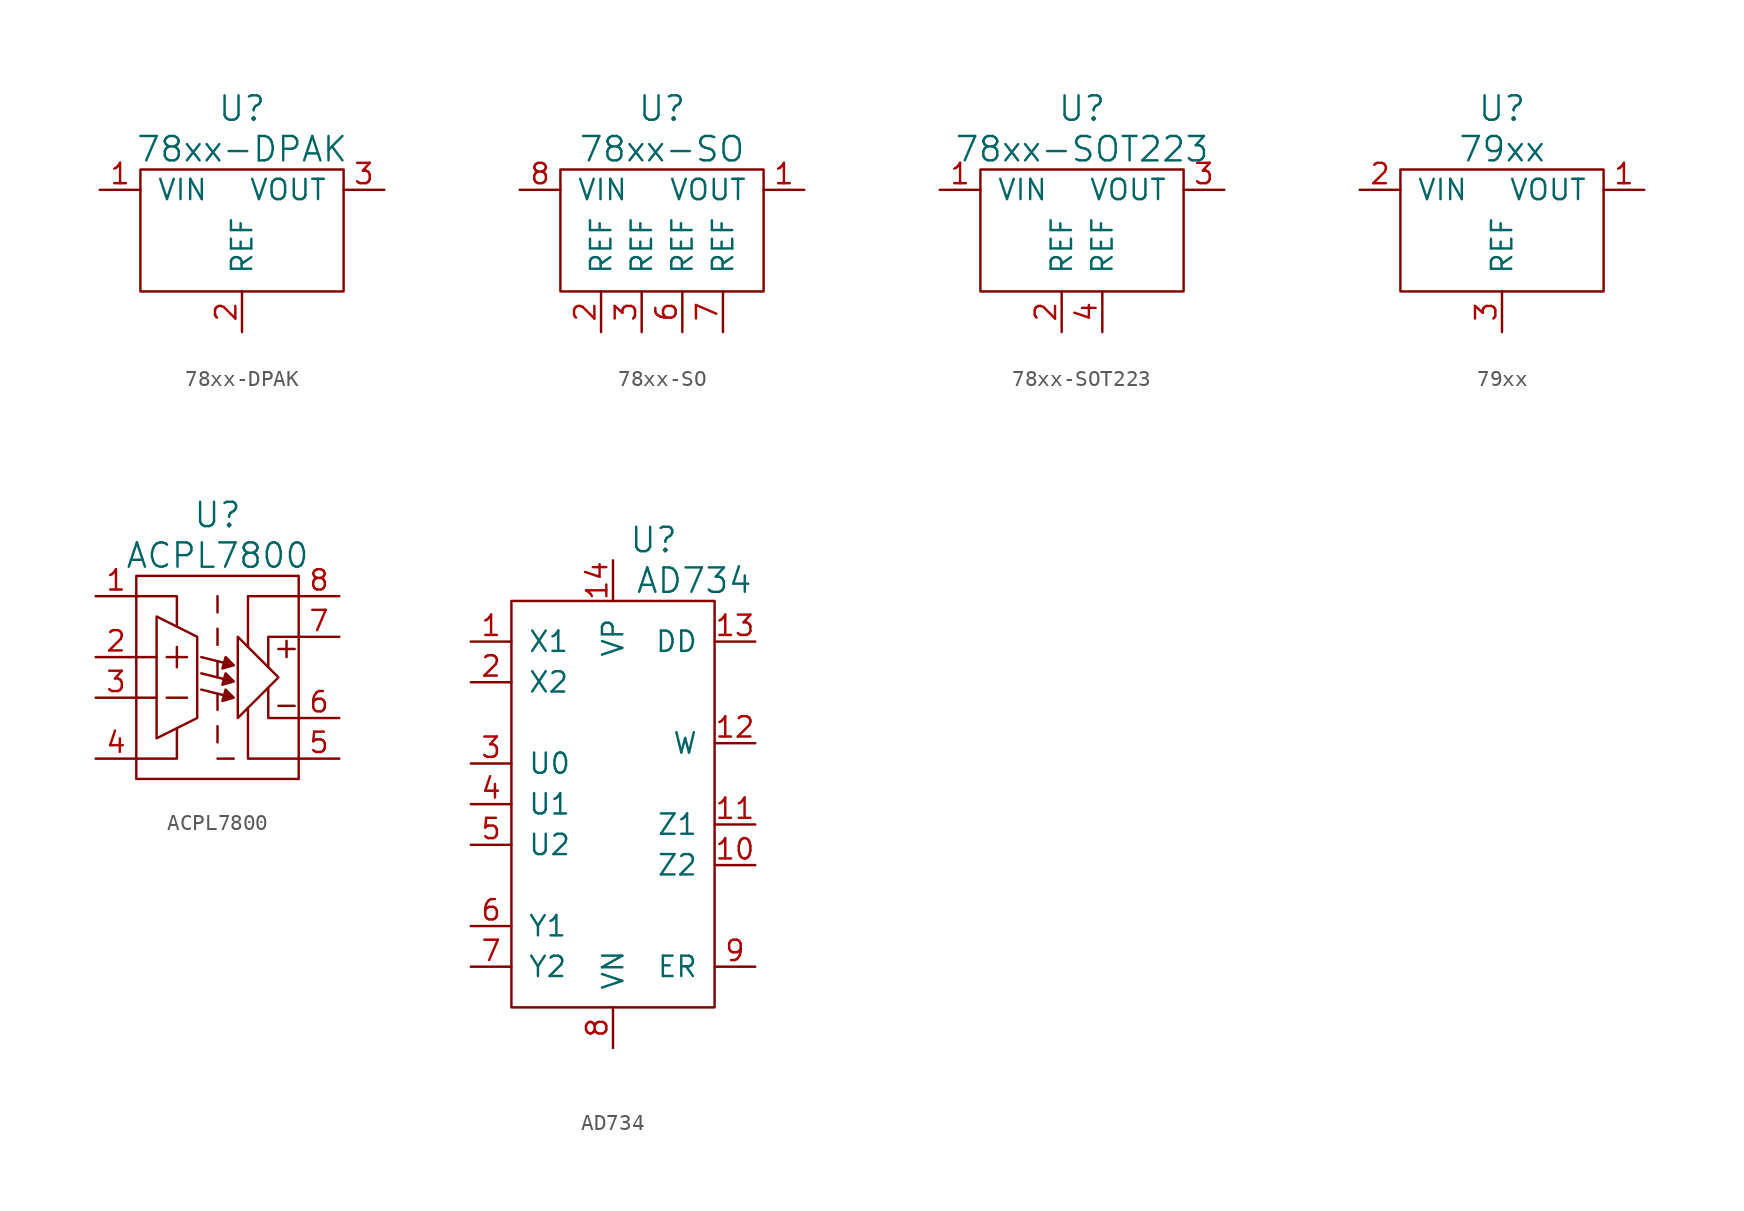
<source format=kicad_sym>
(kicad_symbol_lib
  (version 20220914)
  (generator kicad_symbol_editor)
  (symbol "78xx-DPAK"
    (pin_names
      (offset 1.016))
    (property "Reference" "U"
      (at 0 5.08 0)
      (effects (font (size 1.524 1.524))))
    (property "Value" "78xx-DPAK"
      (at 0 2.54 0)
      (effects (font (size 1.524 1.524))))
    (property "Footprint" ""
      (at 0 0 0)
      (effects (font (size 1.524 1.524))))
    (property "Datasheet" ""
      (at 0 0 0)
      (effects (font (size 1.524 1.524))))
    (symbol "78xx-DPAK_0_1"
      (rectangle (start -6.35 1.27) (end 6.35 -6.35) (stroke (width 0) (type solid)) (fill (type none))))
    (symbol "78xx-DPAK_1_1"
      (pin input line (at -8.89 0 0) (length 2.54) (name "VIN" (effects (font (size 1.27 1.27)))) (number "1" (effects (font (size 1.27 1.27)))))
      (pin input line (at 0 -8.89 90) (length 2.54) (name "REF" (effects (font (size 1.27 1.27)))) (number "2" (effects (font (size 1.27 1.27)))))
      (pin input line (at 8.89 0 180) (length 2.54) (name "VOUT" (effects (font (size 1.27 1.27)))) (number "3" (effects (font (size 1.27 1.27)))))))
  (symbol "78xx-SO"
    (pin_names
      (offset 1.016))
    (property "Reference" "U"
      (at 0 5.08 0)
      (effects (font (size 1.524 1.524))))
    (property "Value" "78xx-SO"
      (at 0 2.54 0)
      (effects (font (size 1.524 1.524))))
    (property "Footprint" ""
      (at 0 0 0)
      (effects (font (size 1.524 1.524))))
    (property "Datasheet" ""
      (at 0 0 0)
      (effects (font (size 1.524 1.524))))
    (symbol "78xx-SO_0_1"
      (rectangle (start -6.35 1.27) (end 6.35 -6.35) (stroke (width 0) (type solid)) (fill (type none))))
    (symbol "78xx-SO_1_1"
      (pin input line (at 8.89 0 180) (length 2.54) (name "VOUT" (effects (font (size 1.27 1.27)))) (number "1" (effects (font (size 1.27 1.27)))))
      (pin input line (at -3.81 -8.89 90) (length 2.54) (name "REF" (effects (font (size 1.27 1.27)))) (number "2" (effects (font (size 1.27 1.27)))))
      (pin input line (at -1.27 -8.89 90) (length 2.54) (name "REF" (effects (font (size 1.27 1.27)))) (number "3" (effects (font (size 1.27 1.27)))))
      (pin input line (at 1.27 -8.89 90) (length 2.54) (name "REF" (effects (font (size 1.27 1.27)))) (number "6" (effects (font (size 1.27 1.27)))))
      (pin input line (at 3.81 -8.89 90) (length 2.54) (name "REF" (effects (font (size 1.27 1.27)))) (number "7" (effects (font (size 1.27 1.27)))))
      (pin input line (at -8.89 0 0) (length 2.54) (name "VIN" (effects (font (size 1.27 1.27)))) (number "8" (effects (font (size 1.27 1.27)))))))
  (symbol "78xx-SOT223"
    (pin_names
      (offset 1.016))
    (property "Reference" "U"
      (at 0 5.08 0)
      (effects (font (size 1.524 1.524))))
    (property "Value" "78xx-SOT223"
      (at 0 2.54 0)
      (effects (font (size 1.524 1.524))))
    (property "Footprint" ""
      (at 0 0 0)
      (effects (font (size 1.524 1.524))))
    (property "Datasheet" ""
      (at 0 0 0)
      (effects (font (size 1.524 1.524))))
    (symbol "78xx-SOT223_0_1"
      (rectangle (start -6.35 1.27) (end 6.35 -6.35) (stroke (width 0) (type solid)) (fill (type none))))
    (symbol "78xx-SOT223_1_1"
      (pin input line (at -8.89 0 0) (length 2.54) (name "VIN" (effects (font (size 1.27 1.27)))) (number "1" (effects (font (size 1.27 1.27)))))
      (pin input line (at -1.27 -8.89 90) (length 2.54) (name "REF" (effects (font (size 1.27 1.27)))) (number "2" (effects (font (size 1.27 1.27)))))
      (pin input line (at 8.89 0 180) (length 2.54) (name "VOUT" (effects (font (size 1.27 1.27)))) (number "3" (effects (font (size 1.27 1.27)))))
      (pin input line (at 1.27 -8.89 90) (length 2.54) (name "REF" (effects (font (size 1.27 1.27)))) (number "4" (effects (font (size 1.27 1.27)))))))
  (symbol "79xx"
    (pin_names
      (offset 1.016))
    (property "Reference" "U"
      (at 0 5.08 0)
      (effects (font (size 1.524 1.524))))
    (property "Value" "79xx"
      (at 0 2.54 0)
      (effects (font (size 1.524 1.524))))
    (property "Footprint" ""
      (at 0 0 0)
      (effects (font (size 1.524 1.524))))
    (property "Datasheet" ""
      (at 0 0 0)
      (effects (font (size 1.524 1.524))))
    (symbol "79xx_0_1"
      (rectangle (start -6.35 1.27) (end 6.35 -6.35) (stroke (width 0) (type solid)) (fill (type none))))
    (symbol "79xx_1_1"
      (pin input line (at 8.89 0 180) (length 2.54) (name "VOUT" (effects (font (size 1.27 1.27)))) (number "1" (effects (font (size 1.27 1.27)))))
      (pin input line (at -8.89 0 0) (length 2.54) (name "VIN" (effects (font (size 1.27 1.27)))) (number "2" (effects (font (size 1.27 1.27)))))
      (pin input line (at 0 -8.89 90) (length 2.54) (name "REF" (effects (font (size 1.27 1.27)))) (number "3" (effects (font (size 1.27 1.27)))))))
  (symbol "ACPL7800"
    (pin_names
      (offset 1.016))
    (property "Reference" "U"
      (at 0 10.16 0)
      (effects (font (size 1.524 1.524))))
    (property "Value" "ACPL7800"
      (at 0 7.62 0)
      (effects (font (size 1.524 1.524))))
    (property "Footprint" ""
      (at 0 0 0)
      (effects (font (size 1.524 1.524))))
    (property "Datasheet" ""
      (at 0 0 0)
      (effects (font (size 1.524 1.524))))
    (symbol "ACPL7800_0_1"
      (polyline (pts (xy -5.08 -1.27) (xy -3.81 -1.27)) (stroke (width 0) (type solid)) (fill (type none)))
      (polyline (pts (xy -5.08 1.27) (xy -3.81 1.27)) (stroke (width 0) (type solid)) (fill (type none)))
      (polyline (pts (xy -2.54 1.905) (xy -2.54 0.635)) (stroke (width 0) (type solid)) (fill (type none)))
      (polyline (pts (xy -1.905 -1.27) (xy -3.175 -1.27)) (stroke (width 0) (type solid)) (fill (type none)))
      (polyline (pts (xy -1.905 1.27) (xy -3.175 1.27)) (stroke (width 0) (type solid)) (fill (type none)))
      (polyline (pts (xy 0 -5.08) (xy 1.016 -5.08)) (stroke (width 0) (type solid)) (fill (type none)))
      (polyline (pts (xy 0 -3.048) (xy 0 -4.064)) (stroke (width 0) (type solid)) (fill (type none)))
      (polyline (pts (xy 0 -1.016) (xy 0 -2.032)) (stroke (width 0) (type solid)) (fill (type none)))
      (polyline (pts (xy 0 1.016) (xy 0 0)) (stroke (width 0) (type solid)) (fill (type none)))
      (polyline (pts (xy 0 3.048) (xy 0 2.032)) (stroke (width 0) (type solid)) (fill (type none)))
      (polyline (pts (xy 0 5.08) (xy 0 4.064)) (stroke (width 0) (type solid)) (fill (type none)))
      (polyline (pts (xy 4.318 2.286) (xy 4.318 1.27)) (stroke (width 0) (type solid)) (fill (type none)))
      (polyline (pts (xy 4.826 -1.778) (xy 3.81 -1.778)) (stroke (width 0) (type solid)) (fill (type none)))
      (polyline (pts (xy 4.826 1.778) (xy 3.81 1.778)) (stroke (width 0) (type solid)) (fill (type none)))
      (polyline (pts (xy -5.08 -5.08) (xy -2.54 -5.08) (xy -2.54 -3.175)) (stroke (width 0) (type solid)) (fill (type none)))
      (polyline (pts (xy -2.54 3.175) (xy -2.54 5.08) (xy -5.08 5.08)) (stroke (width 0) (type solid)) (fill (type none)))
      (polyline (pts (xy 1.905 1.905) (xy 1.905 5.08) (xy 5.08 5.08)) (stroke (width 0) (type solid)) (fill (type none)))
      (polyline (pts (xy 3.175 0.635) (xy 3.175 2.54) (xy 5.08 2.54)) (stroke (width 0) (type solid)) (fill (type none)))
      (polyline (pts (xy 5.08 -5.08) (xy 1.905 -5.08) (xy 1.905 -1.905)) (stroke (width 0) (type solid)) (fill (type none)))
      (polyline (pts (xy 5.08 -2.54) (xy 3.175 -2.54) (xy 3.175 -0.635)) (stroke (width 0) (type solid)) (fill (type none)))
      (polyline (pts (xy 1.27 2.54) (xy 1.27 -2.54) (xy 3.81 0) (xy 1.27 2.54)) (stroke (width 0) (type solid)) (fill (type none)))
      (polyline (pts (xy -3.81 3.81) (xy -3.81 -3.81) (xy -1.27 -2.54) (xy -1.27 2.54) (xy -3.81 3.81)) (stroke (width 0) (type solid)) (fill (type none)))
      (polyline (pts (xy -1.016 1.27) (xy 1.016 0.762) (xy 0.508 1.27) (xy 0.305 0.559) (xy 1.016 0.762)) (stroke (width 0) (type solid)) (fill (type outline)))
      (rectangle (start 5.08 6.35) (end -5.08 -6.35) (stroke (width 0) (type solid)) (fill (type none))))
    (symbol "ACPL7800_1_1"
      (polyline (pts (xy -1.016 -0.762) (xy 1.016 -1.27) (xy 0.508 -0.762) (xy 0.305 -1.473) (xy 1.016 -1.27)) (stroke (width 0) (type solid)) (fill (type outline)))
      (polyline (pts (xy -1.016 0.254) (xy 1.016 -0.254) (xy 0.508 0.254) (xy 0.305 -0.457) (xy 1.016 -0.254)) (stroke (width 0) (type solid)) (fill (type outline)))
      (pin passive line (at -7.62 5.08 0) (length 2.54) (name "VDD" (effects (font (size 0 0)))) (number "1" (effects (font (size 1.27 1.27)))))
      (pin passive line (at -7.62 1.27 0) (length 2.54) (name "VIN+" (effects (font (size 0 0)))) (number "2" (effects (font (size 1.27 1.27)))))
      (pin passive line (at -7.62 -1.27 0) (length 2.54) (name "VIN-" (effects (font (size 0 0)))) (number "3" (effects (font (size 1.27 1.27)))))
      (pin passive line (at -7.62 -5.08 0) (length 2.54) (name "GND1" (effects (font (size 0 0)))) (number "4" (effects (font (size 1.27 1.27)))))
      (pin passive line (at 7.62 -5.08 180) (length 2.54) (name "GND2" (effects (font (size 0 0)))) (number "5" (effects (font (size 1.27 1.27)))))
      (pin passive line (at 7.62 -2.54 180) (length 2.54) (name "VOUT-" (effects (font (size 0 0)))) (number "6" (effects (font (size 1.27 1.27)))))
      (pin passive line (at 7.62 2.54 180) (length 2.54) (name "VOUT+" (effects (font (size 0 0)))) (number "7" (effects (font (size 1.27 1.27)))))
      (pin passive line (at 7.62 5.08 180) (length 2.54) (name "VDD2" (effects (font (size 0 0)))) (number "8" (effects (font (size 1.27 1.27)))))))
  (symbol "AD734"
    (pin_names
      (offset 1.016))
    (property "Reference" "U"
      (at 2.54 16.51 0)
      (effects (font (size 1.524 1.524))))
    (property "Value" "AD734"
      (at 5.08 13.97 0)
      (effects (font (size 1.524 1.524))))
    (property "Footprint" ""
      (at 0 0 0)
      (effects (font (size 1.524 1.524))))
    (property "Datasheet" ""
      (at 0 0 0)
      (effects (font (size 1.524 1.524))))
    (symbol "AD734_0_1"
      (rectangle (start 6.35 12.7) (end -6.35 -12.7) (stroke (width 0) (type solid)) (fill (type none))))
    (symbol "AD734_1_1"
      (pin passive line (at -8.89 10.16 0) (length 2.54) (name "X1" (effects (font (size 1.27 1.27)))) (number "1" (effects (font (size 1.27 1.27)))))
      (pin passive line (at 8.89 -3.81 180) (length 2.54) (name "Z2" (effects (font (size 1.27 1.27)))) (number "10" (effects (font (size 1.27 1.27)))))
      (pin passive line (at 8.89 -1.27 180) (length 2.54) (name "Z1" (effects (font (size 1.27 1.27)))) (number "11" (effects (font (size 1.27 1.27)))))
      (pin passive line (at 8.89 3.81 180) (length 2.54) (name "W" (effects (font (size 1.27 1.27)))) (number "12" (effects (font (size 1.27 1.27)))))
      (pin passive line (at 8.89 10.16 180) (length 2.54) (name "DD" (effects (font (size 1.27 1.27)))) (number "13" (effects (font (size 1.27 1.27)))))
      (pin passive line (at 0 15.24 270) (length 2.54) (name "VP" (effects (font (size 1.27 1.27)))) (number "14" (effects (font (size 1.27 1.27)))))
      (pin passive line (at -8.89 7.62 0) (length 2.54) (name "X2" (effects (font (size 1.27 1.27)))) (number "2" (effects (font (size 1.27 1.27)))))
      (pin passive line (at -8.89 2.54 0) (length 2.54) (name "U0" (effects (font (size 1.27 1.27)))) (number "3" (effects (font (size 1.27 1.27)))))
      (pin passive line (at -8.89 0 0) (length 2.54) (name "U1" (effects (font (size 1.27 1.27)))) (number "4" (effects (font (size 1.27 1.27)))))
      (pin passive line (at -8.89 -2.54 0) (length 2.54) (name "U2" (effects (font (size 1.27 1.27)))) (number "5" (effects (font (size 1.27 1.27)))))
      (pin passive line (at -8.89 -7.62 0) (length 2.54) (name "Y1" (effects (font (size 1.27 1.27)))) (number "6" (effects (font (size 1.27 1.27)))))
      (pin passive line (at -8.89 -10.16 0) (length 2.54) (name "Y2" (effects (font (size 1.27 1.27)))) (number "7" (effects (font (size 1.27 1.27)))))
      (pin passive line (at 0 -15.24 90) (length 2.54) (name "VN" (effects (font (size 1.27 1.27)))) (number "8" (effects (font (size 1.27 1.27)))))
      (pin passive line (at 8.89 -10.16 180) (length 2.54) (name "ER" (effects (font (size 1.27 1.27)))) (number "9" (effects (font (size 1.27 1.27))))))))
</source>
